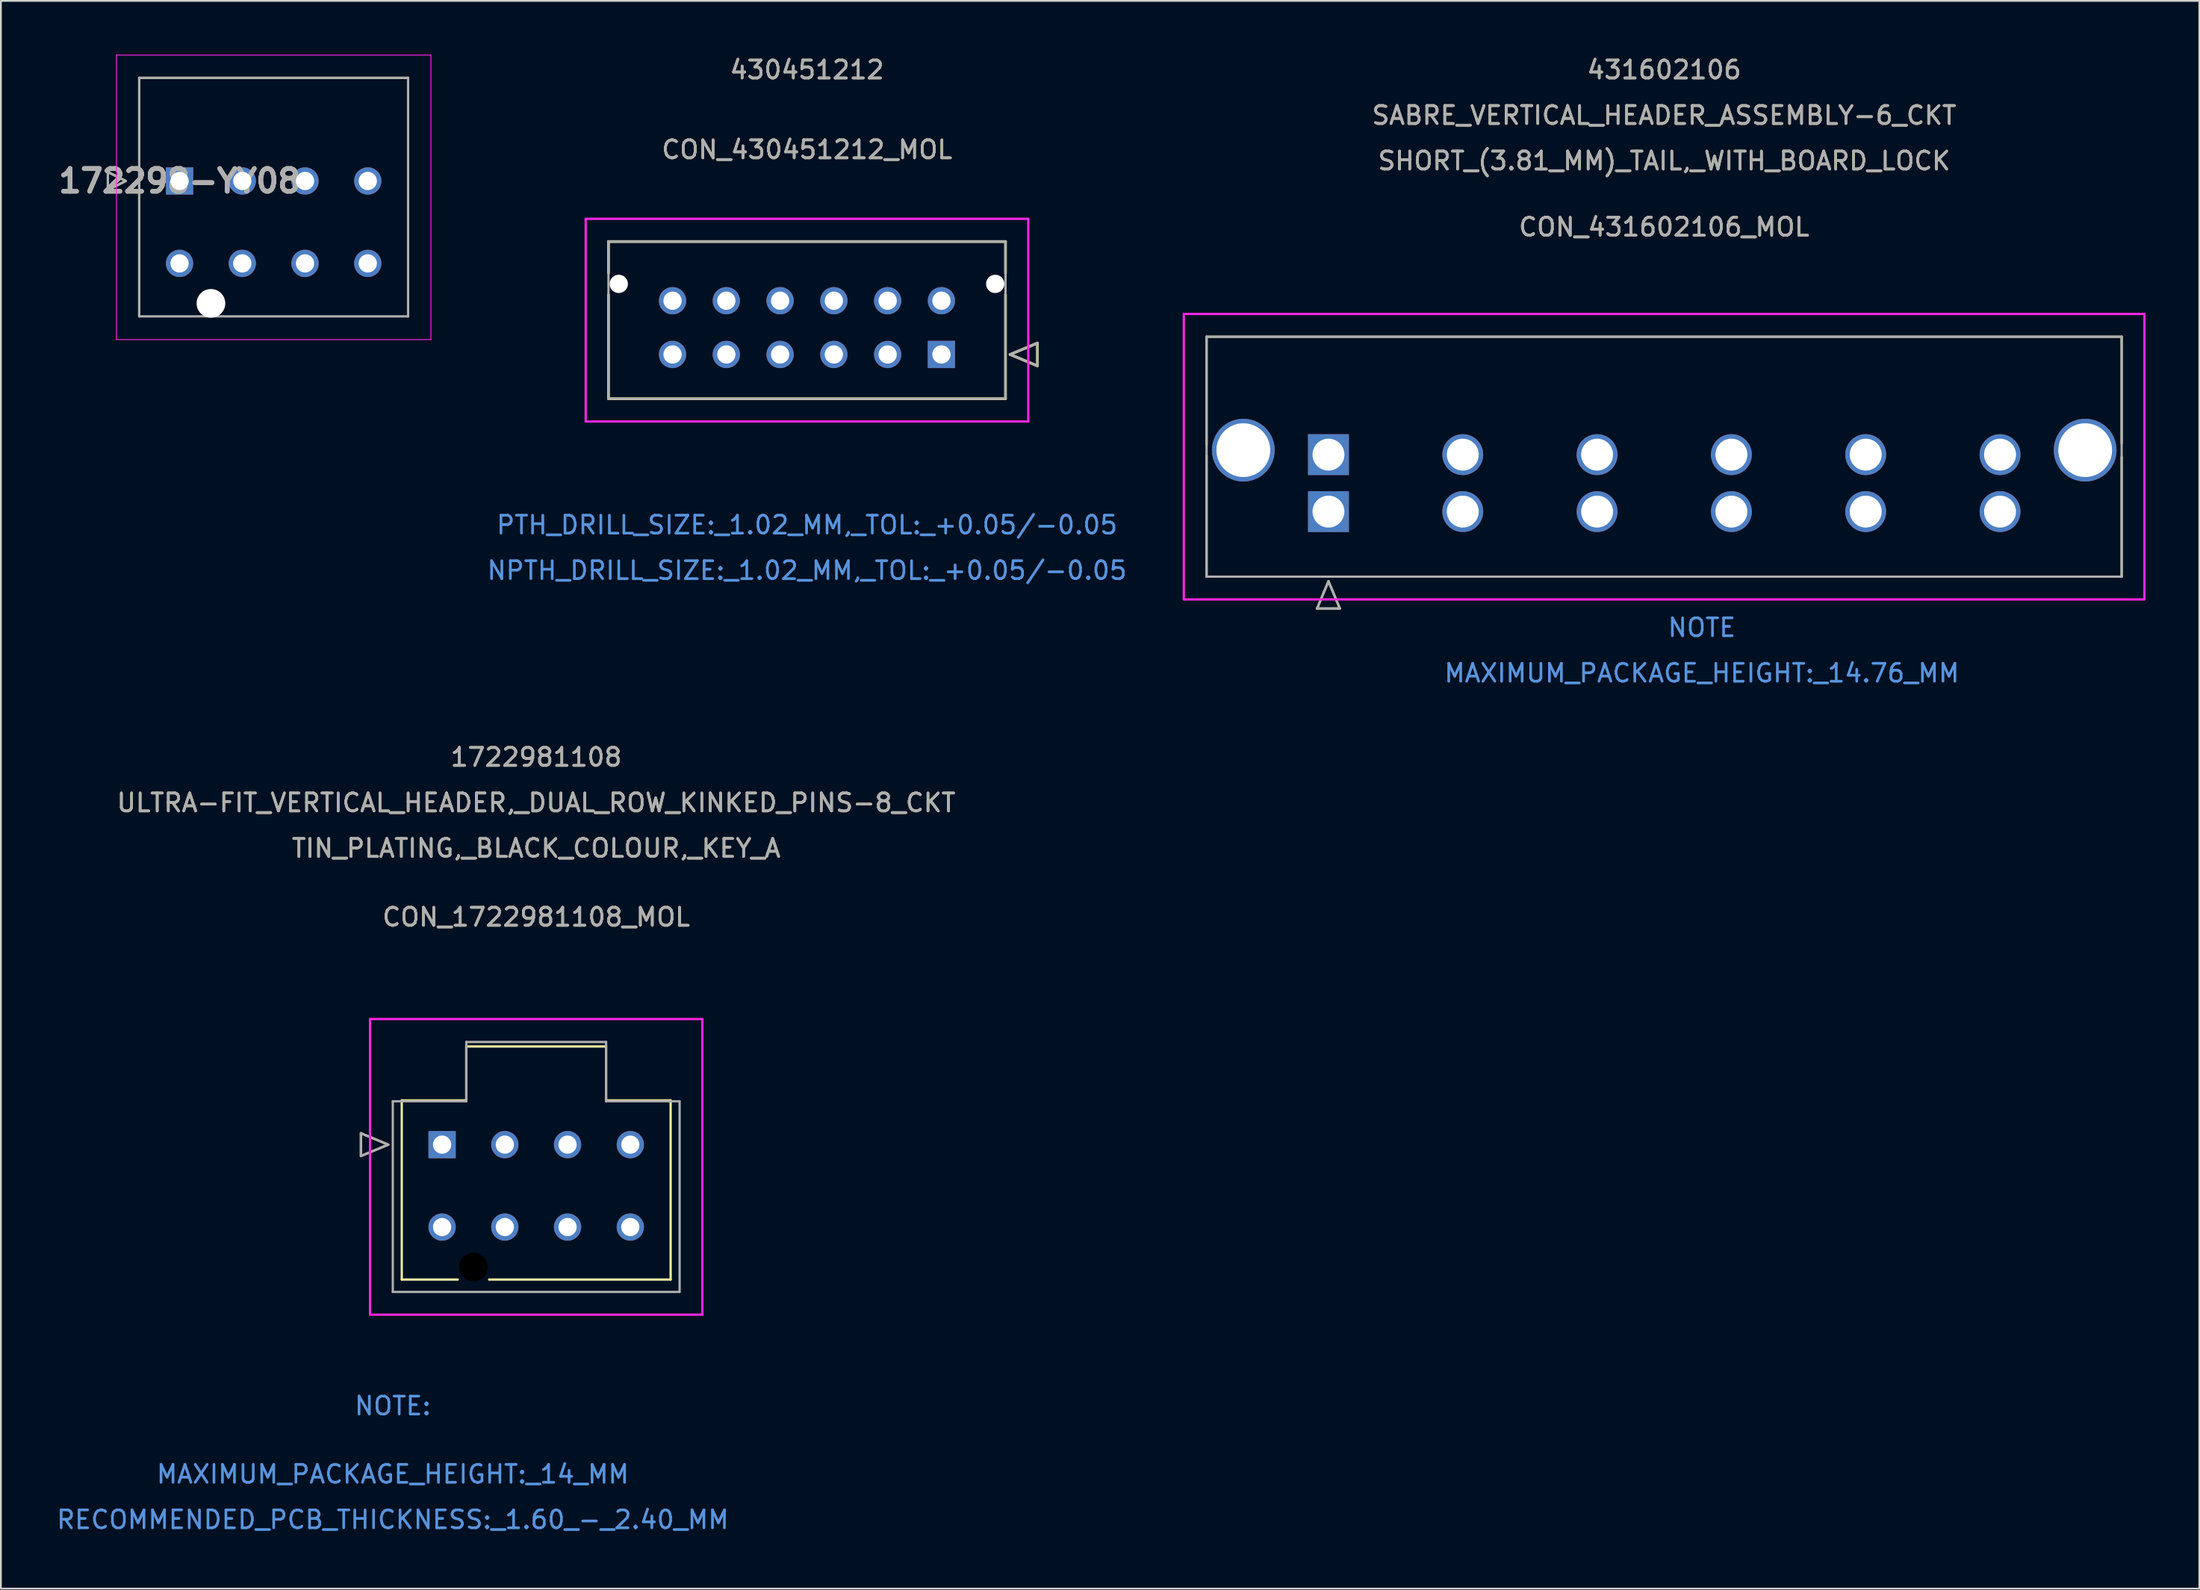
<source format=kicad_pcb>
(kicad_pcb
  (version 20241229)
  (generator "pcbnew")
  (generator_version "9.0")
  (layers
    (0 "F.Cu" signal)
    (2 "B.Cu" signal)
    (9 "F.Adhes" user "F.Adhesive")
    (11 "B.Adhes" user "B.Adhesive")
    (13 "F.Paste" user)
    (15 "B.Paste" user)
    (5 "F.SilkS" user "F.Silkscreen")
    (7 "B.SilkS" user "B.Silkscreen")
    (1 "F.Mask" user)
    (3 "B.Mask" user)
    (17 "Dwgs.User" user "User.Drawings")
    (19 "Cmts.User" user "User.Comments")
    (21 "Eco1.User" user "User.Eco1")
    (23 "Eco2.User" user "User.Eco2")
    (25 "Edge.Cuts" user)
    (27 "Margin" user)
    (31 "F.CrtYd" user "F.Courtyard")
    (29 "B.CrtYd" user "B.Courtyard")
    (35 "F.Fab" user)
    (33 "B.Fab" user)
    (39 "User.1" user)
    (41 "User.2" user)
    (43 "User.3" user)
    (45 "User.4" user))
  (footprint "172298-YY08"
    (layer "F.Cu")
    (at 6.967 7.05)
    (property "Reference" "172298-YY08" (at 0 0 0) (layer "F.SilkS") (effects (font (size 1.27 1.27) (thickness 0.254))))
    (attr through_hole)
    (fp_line (start -4 -0.5) (end -3 0) (stroke (width 0.127) (type solid)) (layer "F.SilkS"))
    (fp_line (start -4 0.5) (end -4 -0.5) (stroke (width 0.127) (type solid)) (layer "F.SilkS"))
    (fp_line (start -3 0) (end -4 0.5) (stroke (width 0.127) (type solid)) (layer "F.SilkS"))
    (fp_line (start -2.25 -5.755) (end 12.75 -5.755) (stroke (width 0.127) (type solid)) (layer "F.SilkS"))
    (fp_line (start -2.25 7.555) (end -2.25 -5.755) (stroke (width 0.127) (type solid)) (layer "F.SilkS"))
    (fp_line (start 12.75 -5.755) (end 12.75 7.555) (stroke (width 0.127) (type solid)) (layer "F.SilkS"))
    (fp_line (start -3.52 -7.025) (end 14.02 -7.025) (stroke (width 0.05) (type solid)) (layer "F.CrtYd"))
    (fp_line (start -3.52 8.849) (end -3.52 -7.025) (stroke (width 0.05) (type solid)) (layer "F.CrtYd"))
    (fp_line (start 14.02 -7.025) (end 14.02 8.849) (stroke (width 0.05) (type solid)) (layer "F.CrtYd"))
    (fp_line (start 14.02 8.849) (end -3.52 8.849) (stroke (width 0.05) (type solid)) (layer "F.CrtYd"))
    (fp_line (start -4 -0.5) (end -3 0) (stroke (width 0.127) (type solid)) (layer "F.Fab"))
    (fp_line (start -4 0.5) (end -4 -0.5) (stroke (width 0.127) (type solid)) (layer "F.Fab"))
    (fp_line (start -3 0) (end -4 0.5) (stroke (width 0.127) (type solid)) (layer "F.Fab"))
    (fp_line (start -2.25 -5.755) (end 12.75 -5.755) (stroke (width 0.127) (type solid)) (layer "F.Fab"))
    (fp_line (start -2.25 7.555) (end -2.25 -5.755) (stroke (width 0.127) (type solid)) (layer "F.Fab"))
    (fp_line (start 12.75 -5.755) (end 12.75 7.555) (stroke (width 0.127) (type solid)) (layer "F.Fab"))
    (fp_line (start 12.75 7.555) (end -2.25 7.555) (stroke (width 0.127) (type solid)) (layer "F.Fab"))
    (fp_text user "${REFERENCE}" (at 0 0 0) (layer "F.Fab") (effects (font (size 1.27 1.27) (thickness 0.254))))
    (pad "" np_thru_hole circle (at 1.75 6.83) (size 1.6 1.6) (drill 1.6) (layers "*.Cu" "*.Mask"))
    (pad "1" thru_hole rect (at 0 0) (size 1.52 1.52) (drill 1.02) (layers "*.Cu" "*.Mask"))
    (pad "2" thru_hole circle (at 3.5 0) (size 1.52 1.52) (drill 1.02) (layers "*.Cu" "*.Mask"))
    (pad "3" thru_hole circle (at 7 0) (size 1.52 1.52) (drill 1.02) (layers "*.Cu" "*.Mask"))
    (pad "4" thru_hole circle (at 10.5 0) (size 1.52 1.52) (drill 1.02) (layers "*.Cu" "*.Mask"))
    (pad "5" thru_hole circle (at 0 4.6) (size 1.52 1.52) (drill 1.02) (layers "*.Cu" "*.Mask"))
    (pad "6" thru_hole circle (at 3.5 4.6) (size 1.52 1.52) (drill 1.02) (layers "*.Cu" "*.Mask"))
    (pad "7" thru_hole circle (at 7 4.6) (size 1.52 1.52) (drill 1.02) (layers "*.Cu" "*.Mask"))
    (pad "8" thru_hole circle (at 10.5 4.6) (size 1.52 1.52) (drill 1.02) (layers "*.Cu" "*.Mask")))
  (footprint "CON_430451212_MOL"
    (layer "F.Cu")
    (at 49.47 16.733)
    (property "Reference" "CON_430451212_MOL" (at -7.5 -11.43 0) (unlocked yes) (layer "F.SilkS") (effects (font (size 1 1) (thickness 0.15))))
    (attr through_hole)
    (fp_line (start -18.575 -6.3) (end -18.575 -4.535) (stroke (width 0.152) (type solid)) (layer "F.SilkS"))
    (fp_line (start -18.575 -3.345) (end -18.575 2.47) (stroke (width 0.152) (type solid)) (layer "F.SilkS"))
    (fp_line (start -18.575 2.47) (end 3.575 2.47) (stroke (width 0.152) (type solid)) (layer "F.SilkS"))
    (fp_line (start 3.575 -6.3) (end -18.575 -6.3) (stroke (width 0.152) (type solid)) (layer "F.SilkS"))
    (fp_line (start 3.575 -4.535) (end 3.575 -6.3) (stroke (width 0.152) (type solid)) (layer "F.SilkS"))
    (fp_line (start 3.575 2.47) (end 3.575 -3.345) (stroke (width 0.152) (type solid)) (layer "F.SilkS"))
    (fp_line (start 3.829 0) (end 5.353 -0.635) (stroke (width 0.152) (type solid)) (layer "F.SilkS"))
    (fp_line (start 5.353 -0.635) (end 5.353 0.635) (stroke (width 0.152) (type solid)) (layer "F.SilkS"))
    (fp_line (start 5.353 0.635) (end 3.829 0) (stroke (width 0.152) (type solid)) (layer "F.SilkS"))
    (fp_line (start -19.845 -7.57) (end -19.845 3.74) (stroke (width 0.127) (type solid)) (layer "F.CrtYd"))
    (fp_line (start -19.845 3.74) (end 4.845 3.74) (stroke (width 0.127) (type solid)) (layer "F.CrtYd"))
    (fp_line (start 4.845 -7.57) (end -19.845 -7.57) (stroke (width 0.127) (type solid)) (layer "F.CrtYd"))
    (fp_line (start 4.845 3.74) (end 4.845 -7.57) (stroke (width 0.127) (type solid)) (layer "F.CrtYd"))
    (fp_line (start -18.575 -6.3) (end -18.575 2.47) (stroke (width 0.127) (type solid)) (layer "F.Fab"))
    (fp_line (start -18.575 2.47) (end 3.575 2.47) (stroke (width 0.127) (type solid)) (layer "F.Fab"))
    (fp_line (start 3.575 -6.3) (end -18.575 -6.3) (stroke (width 0.127) (type solid)) (layer "F.Fab"))
    (fp_line (start 3.575 2.47) (end 3.575 -6.3) (stroke (width 0.127) (type solid)) (layer "F.Fab"))
    (fp_line (start 3.829 0) (end 5.353 -0.635) (stroke (width 0.127) (type solid)) (layer "F.Fab"))
    (fp_line (start 5.353 -0.635) (end 5.353 0.635) (stroke (width 0.127) (type solid)) (layer "F.Fab"))
    (fp_line (start 5.353 0.635) (end 3.829 0) (stroke (width 0.127) (type solid)) (layer "F.Fab"))
    (fp_text user "430451212" (at -7.5 -15.885 0) (unlocked yes) (layer "F.SilkS") (effects (font (size 1 1) (thickness 0.15))))
    (fp_text user "PTH_DRILL_SIZE:_1.02_MM,_TOL:_+0.05/-0.05" (at -7.5 9.515 0) (unlocked yes) (layer "Cmts.User") (effects (font (size 1 1) (thickness 0.15))))
    (fp_text user "NPTH_DRILL_SIZE:_1.02_MM,_TOL:_+0.05/-0.05" (at -7.5 12.055 0) (unlocked yes) (layer "Cmts.User") (effects (font (size 1 1) (thickness 0.15))))
    (fp_text user "430451212" (at -7.5 -15.885 0) (unlocked yes) (layer "F.Fab") (effects (font (size 1 1) (thickness 0.15))))
    (fp_text user "${REFERENCE}" (at -7.5 -11.43 0) (unlocked yes) (layer "F.Fab") (effects (font (size 1 1) (thickness 0.15))))
    (pad "" np_thru_hole circle (at -18 -3.94) (size 1.02 1.02) (drill 1.02) (layers "*.Cu" "*.Mask"))
    (pad "" np_thru_hole circle (at 3 -3.94) (size 1.02 1.02) (drill 1.02) (layers "*.Cu" "*.Mask"))
    (pad "1" thru_hole rect (at 0 0) (size 1.52 1.52) (drill 1.02) (layers "*.Cu" "*.Mask"))
    (pad "2" thru_hole circle (at -3 0) (size 1.52 1.52) (drill 1.02) (layers "*.Cu" "*.Mask"))
    (pad "3" thru_hole circle (at -6 0) (size 1.52 1.52) (drill 1.02) (layers "*.Cu" "*.Mask"))
    (pad "4" thru_hole circle (at -9 0) (size 1.52 1.52) (drill 1.02) (layers "*.Cu" "*.Mask"))
    (pad "5" thru_hole circle (at -12 0) (size 1.52 1.52) (drill 1.02) (layers "*.Cu" "*.Mask"))
    (pad "6" thru_hole circle (at -15 0) (size 1.52 1.52) (drill 1.02) (layers "*.Cu" "*.Mask"))
    (pad "7" thru_hole circle (at 0 -3) (size 1.52 1.52) (drill 1.02) (layers "*.Cu" "*.Mask"))
    (pad "8" thru_hole circle (at -3 -3) (size 1.52 1.52) (drill 1.02) (layers "*.Cu" "*.Mask"))
    (pad "9" thru_hole circle (at -6 -3) (size 1.52 1.52) (drill 1.02) (layers "*.Cu" "*.Mask"))
    (pad "10" thru_hole circle (at -9 -3) (size 1.52 1.52) (drill 1.02) (layers "*.Cu" "*.Mask"))
    (pad "11" thru_hole circle (at -12 -3) (size 1.52 1.52) (drill 1.02) (layers "*.Cu" "*.Mask"))
    (pad "12" thru_hole circle (at -15 -3) (size 1.52 1.52) (drill 1.02) (layers "*.Cu" "*.Mask")))
  (footprint "CON_1722981108_MOL"
    (layer "F.Cu")
    (at 21.613 60.832)
    (property "Reference" "CON_1722981108_MOL" (at 5.25 -12.7 0) (unlocked yes) (layer "F.SilkS") (effects (font (size 1 1) (thickness 0.15))))
    (attr through_hole)
    (fp_line (start -4.528 -0.635) (end -4.528 0.635) (stroke (width 0.127) (type solid)) (layer "F.SilkS"))
    (fp_line (start -4.528 0.635) (end -3.004 0) (stroke (width 0.127) (type solid)) (layer "F.SilkS"))
    (fp_line (start -3.004 0) (end -4.528 -0.635) (stroke (width 0.127) (type solid)) (layer "F.SilkS"))
    (fp_line (start -2.25 -2.47) (end 1.35 -2.47) (stroke (width 0.127) (type solid)) (layer "F.SilkS"))
    (fp_line (start -2.25 7.53) (end -2.25 -2.47) (stroke (width 0.127) (type solid)) (layer "F.SilkS"))
    (fp_line (start 0.876 7.53) (end -2.25 7.53) (stroke (width 0.127) (type solid)) (layer "F.SilkS"))
    (fp_line (start 1.35 -5.48) (end 9.15 -5.48) (stroke (width 0.127) (type solid)) (layer "F.SilkS"))
    (fp_line (start 1.35 -2.47) (end 1.35 -5.48) (stroke (width 0.127) (type solid)) (layer "F.SilkS"))
    (fp_line (start 9.15 -5.48) (end 9.15 -2.47) (stroke (width 0.127) (type solid)) (layer "F.SilkS"))
    (fp_line (start 9.15 -2.47) (end 12.75 -2.47) (stroke (width 0.127) (type solid)) (layer "F.SilkS"))
    (fp_line (start 12.75 -2.47) (end 12.75 7.53) (stroke (width 0.127) (type solid)) (layer "F.SilkS"))
    (fp_line (start 12.75 7.53) (end 2.624 7.53) (stroke (width 0.127) (type solid)) (layer "F.SilkS"))
    (fp_line (start -4.02 -7.01) (end -4.02 9.49) (stroke (width 0.127) (type solid)) (layer "F.CrtYd"))
    (fp_line (start -4.02 9.49) (end 14.52 9.49) (stroke (width 0.127) (type solid)) (layer "F.CrtYd"))
    (fp_line (start 14.52 -7.01) (end -4.02 -7.01) (stroke (width 0.127) (type solid)) (layer "F.CrtYd"))
    (fp_line (start 14.52 9.49) (end 14.52 -7.01) (stroke (width 0.127) (type solid)) (layer "F.CrtYd"))
    (fp_line (start -4.528 -0.635) (end -4.528 0.635) (stroke (width 0.127) (type solid)) (layer "F.Fab"))
    (fp_line (start -4.528 0.635) (end -3.004 0) (stroke (width 0.127) (type solid)) (layer "F.Fab"))
    (fp_line (start -3.004 0) (end -4.528 -0.635) (stroke (width 0.127) (type solid)) (layer "F.Fab"))
    (fp_line (start -2.75 -2.42) (end 1.35 -2.42) (stroke (width 0.127) (type solid)) (layer "F.Fab"))
    (fp_line (start -2.75 8.22) (end -2.75 -2.42) (stroke (width 0.127) (type solid)) (layer "F.Fab"))
    (fp_line (start 1.35 -5.73) (end 9.15 -5.73) (stroke (width 0.127) (type solid)) (layer "F.Fab"))
    (fp_line (start 1.35 -2.42) (end 1.35 -5.73) (stroke (width 0.127) (type solid)) (layer "F.Fab"))
    (fp_line (start 9.15 -5.73) (end 9.15 -2.42) (stroke (width 0.127) (type solid)) (layer "F.Fab"))
    (fp_line (start 9.15 -2.42) (end 13.25 -2.42) (stroke (width 0.127) (type solid)) (layer "F.Fab"))
    (fp_line (start 13.25 -2.42) (end 13.25 8.22) (stroke (width 0.127) (type solid)) (layer "F.Fab"))
    (fp_line (start 13.25 8.22) (end -2.75 8.22) (stroke (width 0.127) (type solid)) (layer "F.Fab"))
    (fp_text user "ULTRA-FIT_VERTICAL_HEADER,_DUAL_ROW_KINKED_PINS-8_CKT" (at 5.25 -19.08 0) (unlocked yes) (layer "F.SilkS") (effects (font (size 1 1) (thickness 0.15))))
    (fp_text user "TIN_PLATING,_BLACK_COLOUR,_KEY_A" (at 5.25 -16.54 0) (unlocked yes) (layer "F.SilkS") (effects (font (size 1 1) (thickness 0.15))))
    (fp_text user "1722981108" (at 5.25 -21.62 0) (unlocked yes) (layer "F.SilkS") (effects (font (size 1 1) (thickness 0.15))))
    (fp_text user "MAXIMUM_PACKAGE_HEIGHT:_14_MM" (at -2.75 18.39 0) (unlocked yes) (layer "Cmts.User") (effects (font (size 1 1) (thickness 0.15))))
    (fp_text user "NOTE:" (at -2.75 14.58 0) (unlocked yes) (layer "Cmts.User") (effects (font (size 1 1) (thickness 0.15))))
    (fp_text user "RECOMMENDED_PCB_THICKNESS:_1.60_-_2.40_MM" (at -2.75 20.93 0) (unlocked yes) (layer "Cmts.User") (effects (font (size 1 1) (thickness 0.15))))
    (fp_text user "1722981108" (at 5.25 -21.62 0) (unlocked yes) (layer "F.Fab") (effects (font (size 1 1) (thickness 0.15))))
    (fp_text user "ULTRA-FIT_VERTICAL_HEADER,_DUAL_ROW_KINKED_PINS-8_CKT" (at 5.25 -19.08 0) (unlocked yes) (layer "F.Fab") (effects (font (size 1 1) (thickness 0.15))))
    (fp_text user "TIN_PLATING,_BLACK_COLOUR,_KEY_A" (at 5.25 -16.54 0) (unlocked yes) (layer "F.Fab") (effects (font (size 1 1) (thickness 0.15))))
    (fp_text user "${REFERENCE}" (at 5.25 -12.7 0) (unlocked yes) (layer "F.Fab") (effects (font (size 1 1) (thickness 0.15))))
    (pad "" np_thru_hole circle (at 1.75 6.83) (size 1.6 1.6) (drill 1.6) (layers))
    (pad "1" thru_hole rect (at 0 0) (size 1.52 1.52) (drill 1.02) (layers "*.Cu" "*.Mask"))
    (pad "2" thru_hole circle (at 3.5 0) (size 1.52 1.52) (drill 1.016) (layers "*.Cu" "*.Mask"))
    (pad "3" thru_hole circle (at 7 0) (size 1.52 1.52) (drill 1.016) (layers "*.Cu" "*.Mask"))
    (pad "4" thru_hole circle (at 10.5 0) (size 1.52 1.52) (drill 1.016) (layers "*.Cu" "*.Mask"))
    (pad "5" thru_hole circle (at 0 4.6) (size 1.52 1.52) (drill 1.016) (layers "*.Cu" "*.Mask"))
    (pad "6" thru_hole circle (at 3.5 4.6) (size 1.52 1.52) (drill 1.016) (layers "*.Cu" "*.Mask"))
    (pad "7" thru_hole circle (at 7 4.6) (size 1.52 1.52) (drill 1.016) (layers "*.Cu" "*.Mask"))
    (pad "8" thru_hole circle (at 10.5 4.6) (size 1.52 1.52) (drill 1.016) (layers "*.Cu" "*.Mask")))
  (footprint "CON_431602106_MOL"
    (layer "F.Cu")
    (at 71.062 22.323)
    (property "Reference" "CON_431602106_MOL" (at 18.725 -12.7 0) (unlocked yes) (layer "F.SilkS") (effects (font (size 1 1) (thickness 0.15))))
    (attr through_hole)
    (fp_line (start -6.8 -6.58) (end -6.8 -0.537) (stroke (width 0.127) (type solid)) (layer "F.SilkS"))
    (fp_line (start -6.8 0.037) (end -6.8 6.81) (stroke (width 0.127) (type solid)) (layer "F.SilkS"))
    (fp_line (start -6.8 6.81) (end 44.25 6.81) (stroke (width 0.127) (type solid)) (layer "F.SilkS"))
    (fp_line (start -0.635 8.588) (end 0 7.064) (stroke (width 0.127) (type solid)) (layer "F.SilkS"))
    (fp_line (start 0 7.064) (end 0.635 8.588) (stroke (width 0.127) (type solid)) (layer "F.SilkS"))
    (fp_line (start 0.635 8.588) (end -0.635 8.588) (stroke (width 0.127) (type solid)) (layer "F.SilkS"))
    (fp_line (start 44.25 -6.58) (end -6.8 -6.58) (stroke (width 0.127) (type solid)) (layer "F.SilkS"))
    (fp_line (start 44.25 -0.63) (end 44.25 -6.58) (stroke (width 0.127) (type solid)) (layer "F.SilkS"))
    (fp_line (start 44.25 6.81) (end 44.25 0.13) (stroke (width 0.127) (type solid)) (layer "F.SilkS"))
    (fp_line (start -8.07 -7.85) (end -8.07 8.08) (stroke (width 0.127) (type solid)) (layer "F.CrtYd"))
    (fp_line (start -8.07 8.08) (end 45.52 8.08) (stroke (width 0.127) (type solid)) (layer "F.CrtYd"))
    (fp_line (start 45.52 -7.85) (end -8.07 -7.85) (stroke (width 0.127) (type solid)) (layer "F.CrtYd"))
    (fp_line (start 45.52 8.08) (end 45.52 -7.85) (stroke (width 0.127) (type solid)) (layer "F.CrtYd"))
    (fp_line (start -6.8 -6.58) (end -6.8 6.81) (stroke (width 0.127) (type solid)) (layer "F.Fab"))
    (fp_line (start -6.8 6.81) (end 44.25 6.81) (stroke (width 0.127) (type solid)) (layer "F.Fab"))
    (fp_line (start -0.635 8.588) (end 0 7.064) (stroke (width 0.127) (type solid)) (layer "F.Fab"))
    (fp_line (start 0 7.064) (end 0.635 8.588) (stroke (width 0.127) (type solid)) (layer "F.Fab"))
    (fp_line (start 0.635 8.588) (end -0.635 8.588) (stroke (width 0.127) (type solid)) (layer "F.Fab"))
    (fp_line (start 44.25 -6.58) (end -6.8 -6.58) (stroke (width 0.127) (type solid)) (layer "F.Fab"))
    (fp_line (start 44.25 6.81) (end 44.25 -6.58) (stroke (width 0.127) (type solid)) (layer "F.Fab"))
    (fp_text user "SABRE_VERTICAL_HEADER_ASSEMBLY-6_CKT" (at 18.725 -18.935 0) (unlocked yes) (layer "F.SilkS") (effects (font (size 1 1) (thickness 0.15))))
    (fp_text user "431602106" (at 18.725 -21.475 0) (unlocked yes) (layer "F.SilkS") (effects (font (size 1 1) (thickness 0.15))))
    (fp_text user "SHORT_(3.81_MM)_TAIL,_WITH_BOARD_LOCK" (at 18.725 -16.395 0) (unlocked yes) (layer "F.SilkS") (effects (font (size 1 1) (thickness 0.15))))
    (fp_text user "NOTE" (at 20.828 9.652 0) (unlocked yes) (layer "Cmts.User") (effects (font (size 1 1) (thickness 0.15))))
    (fp_text user "MAXIMUM_PACKAGE_HEIGHT:_14.76_MM" (at 20.828 12.192 0) (unlocked yes) (layer "Cmts.User") (effects (font (size 1 1) (thickness 0.15))))
    (fp_text user "SHORT_(3.81_MM)_TAIL,_WITH_BOARD_LOCK" (at 18.725 -16.395 0) (unlocked yes) (layer "F.Fab") (effects (font (size 1 1) (thickness 0.15))))
    (fp_text user "SABRE_VERTICAL_HEADER_ASSEMBLY-6_CKT" (at 18.725 -18.935 0) (unlocked yes) (layer "F.Fab") (effects (font (size 1 1) (thickness 0.15))))
    (fp_text user "431602106" (at 18.725 -21.475 0) (unlocked yes) (layer "F.Fab") (effects (font (size 1 1) (thickness 0.15))))
    (fp_text user "${REFERENCE}" (at 18.725 -12.7 0) (unlocked yes) (layer "F.Fab") (effects (font (size 1 1) (thickness 0.15))))
    (pad "A1" thru_hole rect (at 0 0) (size 2.28 2.28) (drill 1.78) (layers "*.Cu" "*.Mask"))
    (pad "A2" thru_hole rect (at 0 3.18) (size 2.28 2.28) (drill 1.78) (layers "*.Cu" "*.Mask"))
    (pad "B1" thru_hole circle (at 7.493 0) (size 2.28 2.28) (drill 1.78) (layers "*.Cu" "*.Mask"))
    (pad "B2" thru_hole circle (at 7.493 3.18) (size 2.28 2.28) (drill 1.78) (layers "*.Cu" "*.Mask"))
    (pad "C1" thru_hole circle (at 14.986 0) (size 2.28 2.28) (drill 1.78) (layers "*.Cu" "*.Mask"))
    (pad "C2" thru_hole circle (at 14.986 3.18) (size 2.28 2.28) (drill 1.78) (layers "*.Cu" "*.Mask"))
    (pad "D1" thru_hole circle (at 22.479 0) (size 2.28 2.28) (drill 1.78) (layers "*.Cu" "*.Mask"))
    (pad "D2" thru_hole circle (at 22.479 3.18) (size 2.28 2.28) (drill 1.78) (layers "*.Cu" "*.Mask"))
    (pad "E1" thru_hole circle (at 29.972 0) (size 2.28 2.28) (drill 1.78) (layers "*.Cu" "*.Mask"))
    (pad "E2" thru_hole circle (at 29.972 3.18) (size 2.28 2.28) (drill 1.78) (layers "*.Cu" "*.Mask"))
    (pad "F1" thru_hole circle (at 37.465 0) (size 2.28 2.28) (drill 1.78) (layers "*.Cu" "*.Mask"))
    (pad "F2" thru_hole circle (at 37.465 3.18) (size 2.28 2.28) (drill 1.78) (layers "*.Cu" "*.Mask"))
    (pad "M1" thru_hole circle (at -4.75 -0.25) (size 3.5 3.5) (drill 3) (layers "*.Cu" "*.Mask"))
    (pad "M2" thru_hole circle (at 42.215 -0.25) (size 3.5 3.5) (drill 3) (layers "*.Cu" "*.Mask")))
  (gr_rect
    (start -3 -3)
    (end 119.645 85.61)
    (stroke (width 0.1) (type default))
    (fill no)
    (layer "Edge.Cuts")))
</source>
